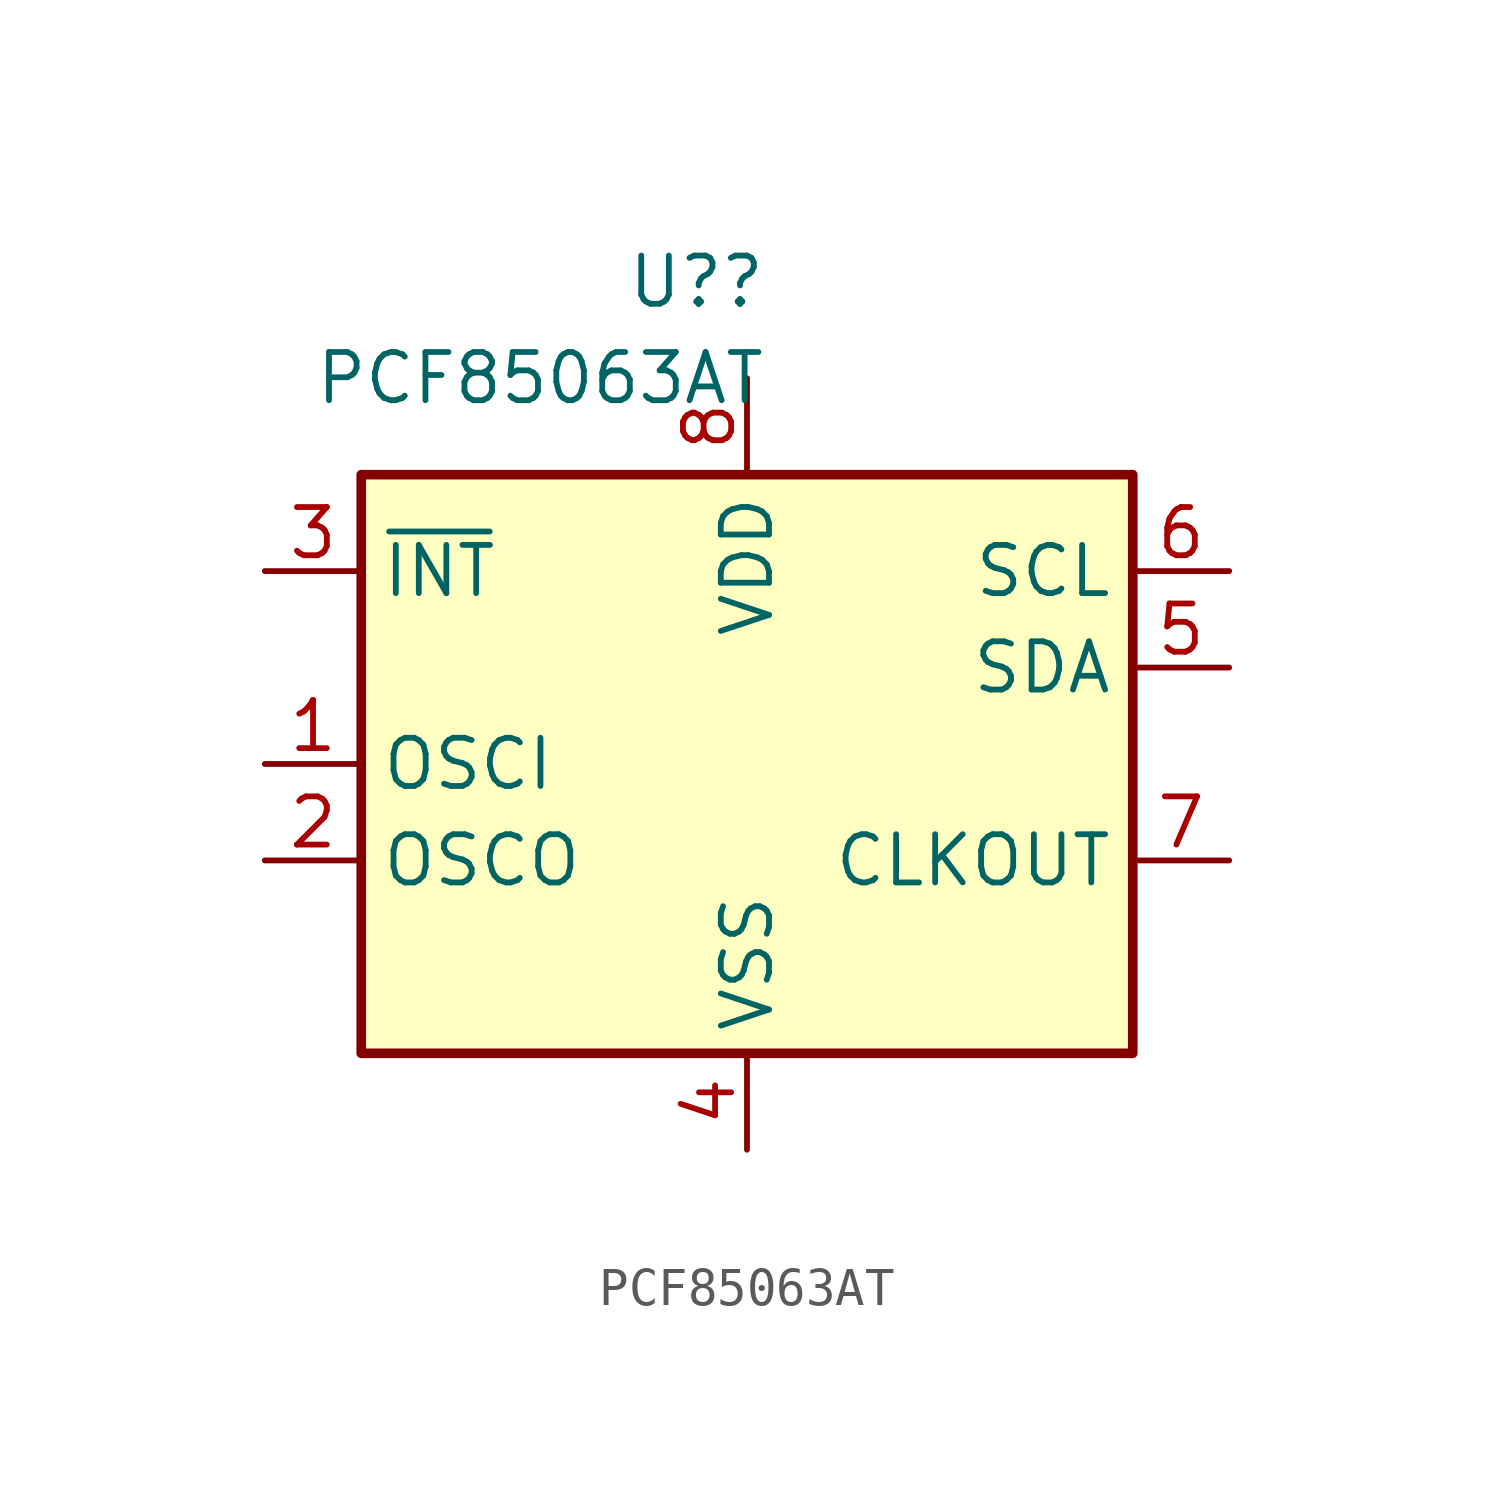
<source format=kicad_sym>
(kicad_symbol_lib
  (version 20211014)
  (generator kicad_symbol_editor)
  (symbol "PCF85063AT"
    (property "Reference" "U?"
      (at 0.521 12.7 0)
      (effects (font (size 1.27 1.27)) (justify right)))
    (property "Value" "PCF85063AT"
      (at 0.521 10.16 0)
      (effects (font (size 1.27 1.27)) (justify right)))
    (symbol "PCF85063AT_0_1"
      (rectangle (start -10.16 7.62) (end 10.16 -7.62) (stroke (width 0.254) (type default) (color 0 0 0 0)) (fill (type background))))
    (symbol "PCF85063AT_1_1"
      (pin input line (at -12.7 0 0) (length 2.54) (name "OSCI" (effects (font (size 1.27 1.27)))) (number "1" (effects (font (size 1.27 1.27)))))
      (pin output line (at -12.7 -2.54 0) (length 2.54) (name "OSCO" (effects (font (size 1.27 1.27)))) (number "2" (effects (font (size 1.27 1.27)))))
      (pin open_collector line (at -12.7 5.08 0) (length 2.54) (name "~{INT}" (effects (font (size 1.27 1.27)))) (number "3" (effects (font (size 1.27 1.27)))))
      (pin power_in line (at 0 -10.16 90) (length 2.54) (name "VSS" (effects (font (size 1.27 1.27)))) (number "4" (effects (font (size 1.27 1.27)))))
      (pin bidirectional line (at 12.7 2.54 180) (length 2.54) (name "SDA" (effects (font (size 1.27 1.27)))) (number "5" (effects (font (size 1.27 1.27)))))
      (pin input line (at 12.7 5.08 180) (length 2.54) (name "SCL" (effects (font (size 1.27 1.27)))) (number "6" (effects (font (size 1.27 1.27)))))
      (pin output line (at 12.7 -2.54 180) (length 2.54) (name "CLKOUT" (effects (font (size 1.27 1.27)))) (number "7" (effects (font (size 1.27 1.27)))))
      (pin power_in line (at 0 10.16 270) (length 2.54) (name "VDD" (effects (font (size 1.27 1.27)))) (number "8" (effects (font (size 1.27 1.27))))))))
</source>
